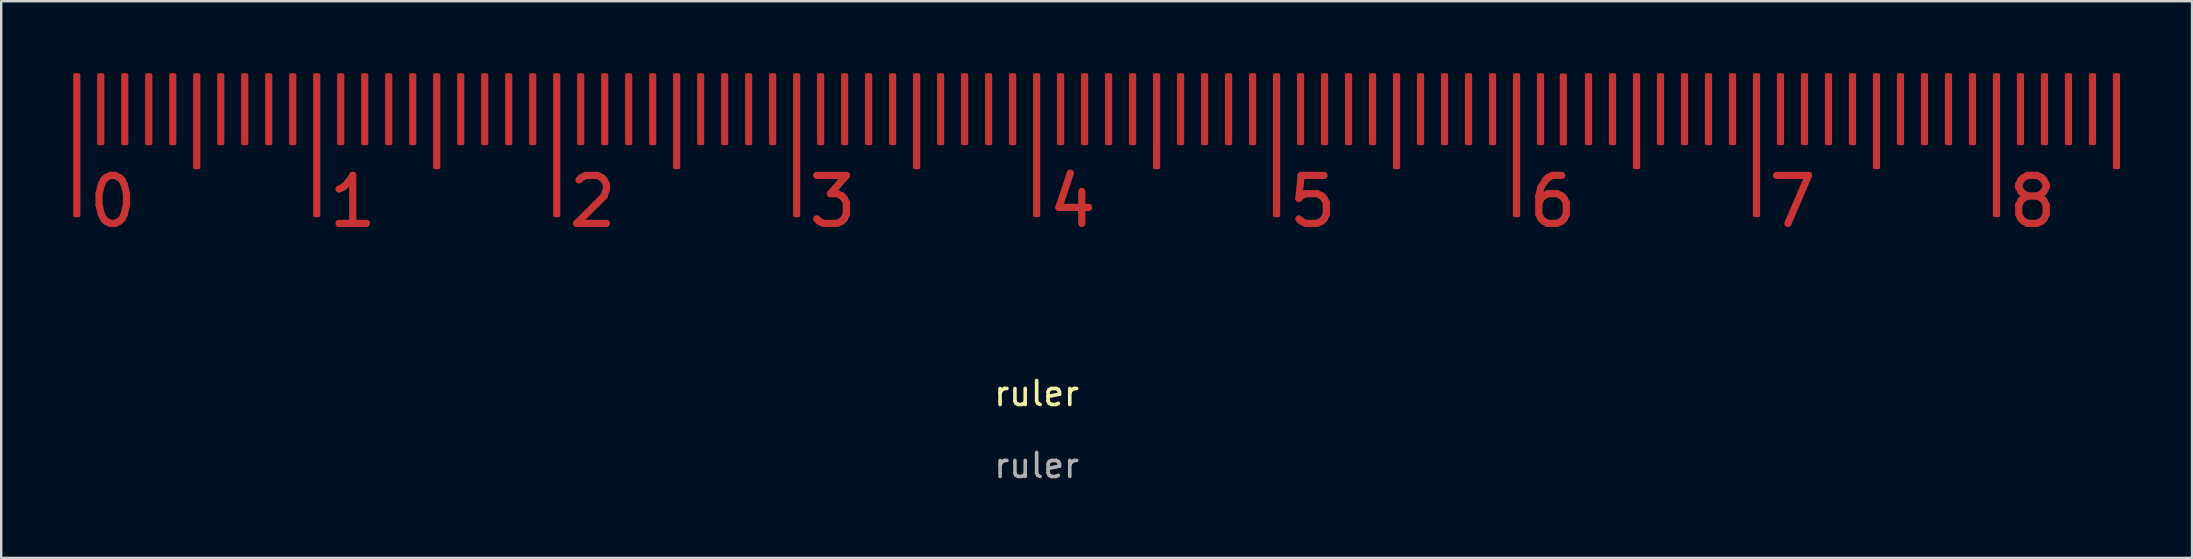
<source format=kicad_pcb>
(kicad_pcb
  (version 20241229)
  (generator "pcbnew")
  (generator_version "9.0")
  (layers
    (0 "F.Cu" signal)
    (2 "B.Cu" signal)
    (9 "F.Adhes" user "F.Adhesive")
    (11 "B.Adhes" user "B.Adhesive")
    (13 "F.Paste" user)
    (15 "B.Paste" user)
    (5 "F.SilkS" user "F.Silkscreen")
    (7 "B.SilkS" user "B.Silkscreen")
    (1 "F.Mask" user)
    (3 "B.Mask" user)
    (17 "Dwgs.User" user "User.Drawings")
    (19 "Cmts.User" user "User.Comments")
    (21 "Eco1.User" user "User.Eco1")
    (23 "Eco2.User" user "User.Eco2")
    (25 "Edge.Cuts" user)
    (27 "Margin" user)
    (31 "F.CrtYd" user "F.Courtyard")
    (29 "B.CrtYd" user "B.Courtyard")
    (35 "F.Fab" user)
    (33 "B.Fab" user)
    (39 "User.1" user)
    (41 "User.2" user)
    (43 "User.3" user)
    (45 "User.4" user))
  (footprint "ruler"
    (layer "F.Cu")
    (at 40.15 5.85)
    (property "Reference" "ruler" (at 0 7.5 0) (unlocked yes) (layer "F.SilkS") (effects (font (size 1 1) (thickness 0.15))))
    (attr smd)
    (fp_text user "8" (at 41.5 -0.5 0) (unlocked yes) (layer "F.Cu") (effects (font (size 2 2) (thickness 0.3))))
    (fp_text user "1" (at -28.5 -0.5 0) (unlocked yes) (layer "F.Cu") (effects (font (size 2 2) (thickness 0.3))))
    (fp_text user "3" (at -8.5 -0.5 0) (unlocked yes) (layer "F.Cu") (effects (font (size 2 2) (thickness 0.3))))
    (fp_text user "0" (at -38.5 -0.5 0) (unlocked yes) (layer "F.Cu") (effects (font (size 2 2) (thickness 0.3))))
    (fp_text user "7" (at 31.5 -0.5 0) (unlocked yes) (layer "F.Cu") (effects (font (size 2 2) (thickness 0.3))))
    (fp_text user "5" (at 11.5 -0.5 0) (unlocked yes) (layer "F.Cu") (effects (font (size 2 2) (thickness 0.3))))
    (fp_text user "4" (at 1.5 -0.5 0) (unlocked yes) (layer "F.Cu") (effects (font (size 2 2) (thickness 0.3))))
    (fp_text user "2" (at -18.5 -0.5 0) (unlocked yes) (layer "F.Cu") (effects (font (size 2 2) (thickness 0.3))))
    (fp_text user "6" (at 21.5 -0.5 0) (unlocked yes) (layer "F.Cu") (effects (font (size 2 2) (thickness 0.3))))
    (fp_text user "3" (at -8.5 -0.5 0) (unlocked yes) (layer "F.Mask") (effects (font (size 2 2) (thickness 0.3))))
    (fp_text user "5" (at 11.5 -0.5 0) (unlocked yes) (layer "F.Mask") (effects (font (size 2 2) (thickness 0.3))))
    (fp_text user "7" (at 31.5 -0.5 0) (unlocked yes) (layer "F.Mask") (effects (font (size 2 2) (thickness 0.3))))
    (fp_text user "4" (at 1.5 -0.5 0) (unlocked yes) (layer "F.Mask") (effects (font (size 2 2) (thickness 0.3))))
    (fp_text user "8" (at 41.5 -0.5 0) (unlocked yes) (layer "F.Mask") (effects (font (size 2 2) (thickness 0.3))))
    (fp_text user "2" (at -18.5 -0.5 0) (unlocked yes) (layer "F.Mask") (effects (font (size 2 2) (thickness 0.3))))
    (fp_text user "0" (at -38.5 -0.5 0) (unlocked yes) (layer "F.Mask") (effects (font (size 2 2) (thickness 0.3))))
    (fp_text user "6" (at 21.5 -0.5 0) (unlocked yes) (layer "F.Mask") (effects (font (size 2 2) (thickness 0.3))))
    (fp_text user "1" (at -28.5 -0.5 0) (unlocked yes) (layer "F.Mask") (effects (font (size 2 2) (thickness 0.3))))
    (fp_text user "${REFERENCE}" (at 0 10.5 0) (unlocked yes) (layer "F.Fab") (effects (font (size 1 1) (thickness 0.15))))
    (pad "1" smd roundrect (at -40 -2.85) (size 0.3 6) (layers "F.Cu" "F.Mask" "F.Paste") (roundrect_rratio 0.25))
    (pad "2" smd roundrect (at -30 -2.85) (size 0.3 6) (layers "F.Cu" "F.Mask" "F.Paste") (roundrect_rratio 0.25))
    (pad "3" smd roundrect (at -20 -2.85) (size 0.3 6) (layers "F.Cu" "F.Mask" "F.Paste") (roundrect_rratio 0.25))
    (pad "4" smd roundrect (at -10 -2.85) (size 0.3 6) (layers "F.Cu" "F.Mask" "F.Paste") (roundrect_rratio 0.25))
    (pad "5" smd roundrect (at 0 -2.85) (size 0.3 6) (layers "F.Cu" "F.Mask" "F.Paste") (roundrect_rratio 0.25))
    (pad "6" smd roundrect (at 10 -2.85) (size 0.3 6) (layers "F.Cu" "F.Mask" "F.Paste") (roundrect_rratio 0.25))
    (pad "7" smd roundrect (at 20 -2.85) (size 0.3 6) (layers "F.Cu" "F.Mask" "F.Paste") (roundrect_rratio 0.25))
    (pad "8" smd roundrect (at 30 -2.85) (size 0.3 6) (layers "F.Cu" "F.Mask" "F.Paste") (roundrect_rratio 0.25))
    (pad "9" smd roundrect (at 40 -2.85) (size 0.3 6) (layers "F.Cu" "F.Mask" "F.Paste") (roundrect_rratio 0.25))
    (pad "10" smd roundrect (at -39 -4.35) (size 0.3 3) (layers "F.Cu" "F.Mask" "F.Paste") (roundrect_rratio 0.25))
    (pad "10" smd roundrect (at -38 -4.35) (size 0.3 3) (layers "F.Cu" "F.Mask" "F.Paste") (roundrect_rratio 0.25))
    (pad "10" smd roundrect (at -37 -4.35) (size 0.3 3) (layers "F.Cu" "F.Mask" "F.Paste") (roundrect_rratio 0.25))
    (pad "10" smd roundrect (at -36 -4.35) (size 0.3 3) (layers "F.Cu" "F.Mask" "F.Paste") (roundrect_rratio 0.25))
    (pad "10" smd roundrect (at -35 -3.85) (size 0.3 4) (layers "F.Cu" "F.Mask" "F.Paste") (roundrect_rratio 0.25))
    (pad "10" smd roundrect (at -34 -4.35) (size 0.3 3) (layers "F.Cu" "F.Mask" "F.Paste") (roundrect_rratio 0.25))
    (pad "10" smd roundrect (at -33 -4.35) (size 0.3 3) (layers "F.Cu" "F.Mask" "F.Paste") (roundrect_rratio 0.25))
    (pad "10" smd roundrect (at -32 -4.35) (size 0.3 3) (layers "F.Cu" "F.Mask" "F.Paste") (roundrect_rratio 0.25))
    (pad "10" smd roundrect (at -31 -4.35) (size 0.3 3) (layers "F.Cu" "F.Mask" "F.Paste") (roundrect_rratio 0.25))
    (pad "10" smd roundrect (at -29 -4.35) (size 0.3 3) (layers "F.Cu" "F.Mask" "F.Paste") (roundrect_rratio 0.25))
    (pad "10" smd roundrect (at -28 -4.35) (size 0.3 3) (layers "F.Cu" "F.Mask" "F.Paste") (roundrect_rratio 0.25))
    (pad "10" smd roundrect (at -27 -4.35) (size 0.3 3) (layers "F.Cu" "F.Mask" "F.Paste") (roundrect_rratio 0.25))
    (pad "10" smd roundrect (at -26 -4.35) (size 0.3 3) (layers "F.Cu" "F.Mask" "F.Paste") (roundrect_rratio 0.25))
    (pad "10" smd roundrect (at -25 -3.85) (size 0.3 4) (layers "F.Cu" "F.Mask" "F.Paste") (roundrect_rratio 0.25))
    (pad "10" smd roundrect (at -24 -4.35) (size 0.3 3) (layers "F.Cu" "F.Mask" "F.Paste") (roundrect_rratio 0.25))
    (pad "10" smd roundrect (at -23 -4.35) (size 0.3 3) (layers "F.Cu" "F.Mask" "F.Paste") (roundrect_rratio 0.25))
    (pad "10" smd roundrect (at -22 -4.35) (size 0.3 3) (layers "F.Cu" "F.Mask" "F.Paste") (roundrect_rratio 0.25))
    (pad "10" smd roundrect (at -21 -4.35) (size 0.3 3) (layers "F.Cu" "F.Mask" "F.Paste") (roundrect_rratio 0.25))
    (pad "10" smd roundrect (at -19 -4.35) (size 0.3 3) (layers "F.Cu" "F.Mask" "F.Paste") (roundrect_rratio 0.25))
    (pad "10" smd roundrect (at -18 -4.35) (size 0.3 3) (layers "F.Cu" "F.Mask" "F.Paste") (roundrect_rratio 0.25))
    (pad "10" smd roundrect (at -17 -4.35) (size 0.3 3) (layers "F.Cu" "F.Mask" "F.Paste") (roundrect_rratio 0.25))
    (pad "10" smd roundrect (at -16 -4.35) (size 0.3 3) (layers "F.Cu" "F.Mask" "F.Paste") (roundrect_rratio 0.25))
    (pad "10" smd roundrect (at -15 -3.85) (size 0.3 4) (layers "F.Cu" "F.Mask" "F.Paste") (roundrect_rratio 0.25))
    (pad "10" smd roundrect (at -14 -4.35) (size 0.3 3) (layers "F.Cu" "F.Mask" "F.Paste") (roundrect_rratio 0.25))
    (pad "10" smd roundrect (at -13 -4.35) (size 0.3 3) (layers "F.Cu" "F.Mask" "F.Paste") (roundrect_rratio 0.25))
    (pad "10" smd roundrect (at -12 -4.35) (size 0.3 3) (layers "F.Cu" "F.Mask" "F.Paste") (roundrect_rratio 0.25))
    (pad "10" smd roundrect (at -11 -4.35) (size 0.3 3) (layers "F.Cu" "F.Mask" "F.Paste") (roundrect_rratio 0.25))
    (pad "10" smd roundrect (at -9 -4.35) (size 0.3 3) (layers "F.Cu" "F.Mask" "F.Paste") (roundrect_rratio 0.25))
    (pad "10" smd roundrect (at -8 -4.35) (size 0.3 3) (layers "F.Cu" "F.Mask" "F.Paste") (roundrect_rratio 0.25))
    (pad "10" smd roundrect (at -7 -4.35) (size 0.3 3) (layers "F.Cu" "F.Mask" "F.Paste") (roundrect_rratio 0.25))
    (pad "10" smd roundrect (at -6 -4.35) (size 0.3 3) (layers "F.Cu" "F.Mask" "F.Paste") (roundrect_rratio 0.25))
    (pad "10" smd roundrect (at -5 -3.85) (size 0.3 4) (layers "F.Cu" "F.Mask" "F.Paste") (roundrect_rratio 0.25))
    (pad "10" smd roundrect (at -4 -4.35) (size 0.3 3) (layers "F.Cu" "F.Mask" "F.Paste") (roundrect_rratio 0.25))
    (pad "10" smd roundrect (at -3 -4.35) (size 0.3 3) (layers "F.Cu" "F.Mask" "F.Paste") (roundrect_rratio 0.25))
    (pad "10" smd roundrect (at -2 -4.35) (size 0.3 3) (layers "F.Cu" "F.Mask" "F.Paste") (roundrect_rratio 0.25))
    (pad "10" smd roundrect (at -1 -4.35) (size 0.3 3) (layers "F.Cu" "F.Mask" "F.Paste") (roundrect_rratio 0.25))
    (pad "10" smd roundrect (at 1 -4.35) (size 0.3 3) (layers "F.Cu" "F.Mask" "F.Paste") (roundrect_rratio 0.25))
    (pad "10" smd roundrect (at 2 -4.35) (size 0.3 3) (layers "F.Cu" "F.Mask" "F.Paste") (roundrect_rratio 0.25))
    (pad "10" smd roundrect (at 3 -4.35) (size 0.3 3) (layers "F.Cu" "F.Mask" "F.Paste") (roundrect_rratio 0.25))
    (pad "10" smd roundrect (at 4 -4.35) (size 0.3 3) (layers "F.Cu" "F.Mask" "F.Paste") (roundrect_rratio 0.25))
    (pad "10" smd roundrect (at 5 -3.85) (size 0.3 4) (layers "F.Cu" "F.Mask" "F.Paste") (roundrect_rratio 0.25))
    (pad "10" smd roundrect (at 6 -4.35) (size 0.3 3) (layers "F.Cu" "F.Mask" "F.Paste") (roundrect_rratio 0.25))
    (pad "10" smd roundrect (at 7 -4.35) (size 0.3 3) (layers "F.Cu" "F.Mask" "F.Paste") (roundrect_rratio 0.25))
    (pad "10" smd roundrect (at 8 -4.35) (size 0.3 3) (layers "F.Cu" "F.Mask" "F.Paste") (roundrect_rratio 0.25))
    (pad "10" smd roundrect (at 9 -4.35) (size 0.3 3) (layers "F.Cu" "F.Mask" "F.Paste") (roundrect_rratio 0.25))
    (pad "10" smd roundrect (at 11 -4.35) (size 0.3 3) (layers "F.Cu" "F.Mask" "F.Paste") (roundrect_rratio 0.25))
    (pad "10" smd roundrect (at 12 -4.35) (size 0.3 3) (layers "F.Cu" "F.Mask" "F.Paste") (roundrect_rratio 0.25))
    (pad "10" smd roundrect (at 13 -4.35) (size 0.3 3) (layers "F.Cu" "F.Mask" "F.Paste") (roundrect_rratio 0.25))
    (pad "10" smd roundrect (at 14 -4.35) (size 0.3 3) (layers "F.Cu" "F.Mask" "F.Paste") (roundrect_rratio 0.25))
    (pad "10" smd roundrect (at 15 -3.85) (size 0.3 4) (layers "F.Cu" "F.Mask" "F.Paste") (roundrect_rratio 0.25))
    (pad "10" smd roundrect (at 16 -4.35) (size 0.3 3) (layers "F.Cu" "F.Mask" "F.Paste") (roundrect_rratio 0.25))
    (pad "10" smd roundrect (at 17 -4.35) (size 0.3 3) (layers "F.Cu" "F.Mask" "F.Paste") (roundrect_rratio 0.25))
    (pad "10" smd roundrect (at 18 -4.35) (size 0.3 3) (layers "F.Cu" "F.Mask" "F.Paste") (roundrect_rratio 0.25))
    (pad "10" smd roundrect (at 19 -4.35) (size 0.3 3) (layers "F.Cu" "F.Mask" "F.Paste") (roundrect_rratio 0.25))
    (pad "10" smd roundrect (at 21 -4.35) (size 0.3 3) (layers "F.Cu" "F.Mask" "F.Paste") (roundrect_rratio 0.25))
    (pad "10" smd roundrect (at 21.948 -4.339) (size 0.3 3) (layers "F.Cu" "F.Mask" "F.Paste") (roundrect_rratio 0.25))
    (pad "10" smd roundrect (at 23 -4.35) (size 0.3 3) (layers "F.Cu" "F.Mask" "F.Paste") (roundrect_rratio 0.25))
    (pad "10" smd roundrect (at 24 -4.35) (size 0.3 3) (layers "F.Cu" "F.Mask" "F.Paste") (roundrect_rratio 0.25))
    (pad "10" smd roundrect (at 25 -3.85) (size 0.3 4) (layers "F.Cu" "F.Mask" "F.Paste") (roundrect_rratio 0.25))
    (pad "10" smd roundrect (at 26 -4.35) (size 0.3 3) (layers "F.Cu" "F.Mask" "F.Paste") (roundrect_rratio 0.25))
    (pad "10" smd roundrect (at 27 -4.35) (size 0.3 3) (layers "F.Cu" "F.Mask" "F.Paste") (roundrect_rratio 0.25))
    (pad "10" smd roundrect (at 28 -4.35) (size 0.3 3) (layers "F.Cu" "F.Mask" "F.Paste") (roundrect_rratio 0.25))
    (pad "10" smd roundrect (at 29 -4.35) (size 0.3 3) (layers "F.Cu" "F.Mask" "F.Paste") (roundrect_rratio 0.25))
    (pad "10" smd roundrect (at 31 -4.35) (size 0.3 3) (layers "F.Cu" "F.Mask" "F.Paste") (roundrect_rratio 0.25))
    (pad "10" smd roundrect (at 32 -4.35) (size 0.3 3) (layers "F.Cu" "F.Mask" "F.Paste") (roundrect_rratio 0.25))
    (pad "10" smd roundrect (at 33 -4.35) (size 0.3 3) (layers "F.Cu" "F.Mask" "F.Paste") (roundrect_rratio 0.25))
    (pad "10" smd roundrect (at 34 -4.35) (size 0.3 3) (layers "F.Cu" "F.Mask" "F.Paste") (roundrect_rratio 0.25))
    (pad "10" smd roundrect (at 35 -3.85) (size 0.3 4) (layers "F.Cu" "F.Mask" "F.Paste") (roundrect_rratio 0.25))
    (pad "10" smd roundrect (at 36 -4.35) (size 0.3 3) (layers "F.Cu" "F.Mask" "F.Paste") (roundrect_rratio 0.25))
    (pad "10" smd roundrect (at 37 -4.35) (size 0.3 3) (layers "F.Cu" "F.Mask" "F.Paste") (roundrect_rratio 0.25))
    (pad "10" smd roundrect (at 38 -4.35) (size 0.3 3) (layers "F.Cu" "F.Mask" "F.Paste") (roundrect_rratio 0.25))
    (pad "10" smd roundrect (at 39 -4.35) (size 0.3 3) (layers "F.Cu" "F.Mask" "F.Paste") (roundrect_rratio 0.25))
    (pad "10" smd roundrect (at 41 -4.35) (size 0.3 3) (layers "F.Cu" "F.Mask" "F.Paste") (roundrect_rratio 0.25))
    (pad "10" smd roundrect (at 42 -4.35) (size 0.3 3) (layers "F.Cu" "F.Mask" "F.Paste") (roundrect_rratio 0.25))
    (pad "10" smd roundrect (at 43 -4.35) (size 0.3 3) (layers "F.Cu" "F.Mask" "F.Paste") (roundrect_rratio 0.25))
    (pad "10" smd roundrect (at 44 -4.35) (size 0.3 3) (layers "F.Cu" "F.Mask" "F.Paste") (roundrect_rratio 0.25))
    (pad "10" smd roundrect (at 45 -3.85) (size 0.3 4) (layers "F.Cu" "F.Mask" "F.Paste") (roundrect_rratio 0.25)))
  (gr_rect
    (start -3 -3)
    (end 88.3 20.198)
    (stroke (width 0.1) (type default))
    (fill no)
    (layer "Edge.Cuts")))
</source>
